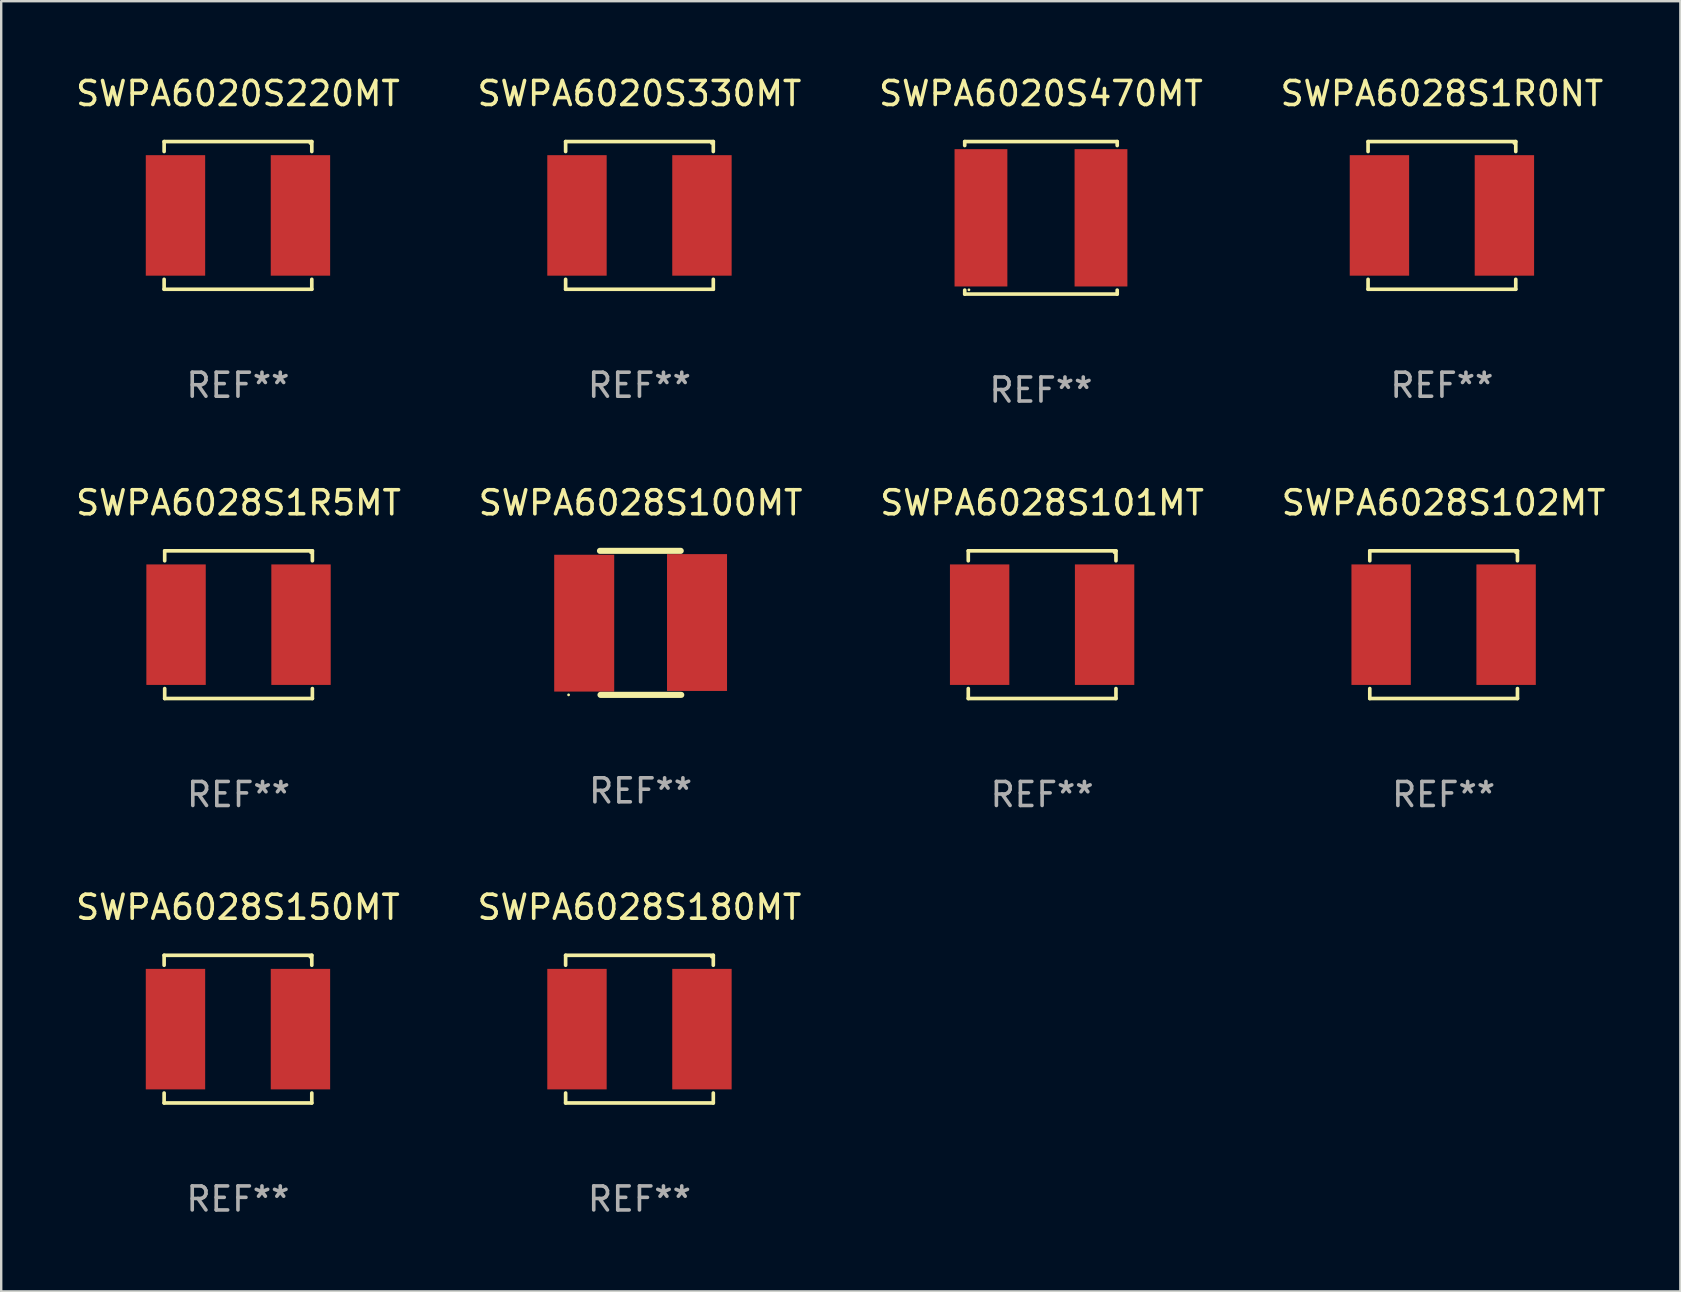
<source format=kicad_pcb>
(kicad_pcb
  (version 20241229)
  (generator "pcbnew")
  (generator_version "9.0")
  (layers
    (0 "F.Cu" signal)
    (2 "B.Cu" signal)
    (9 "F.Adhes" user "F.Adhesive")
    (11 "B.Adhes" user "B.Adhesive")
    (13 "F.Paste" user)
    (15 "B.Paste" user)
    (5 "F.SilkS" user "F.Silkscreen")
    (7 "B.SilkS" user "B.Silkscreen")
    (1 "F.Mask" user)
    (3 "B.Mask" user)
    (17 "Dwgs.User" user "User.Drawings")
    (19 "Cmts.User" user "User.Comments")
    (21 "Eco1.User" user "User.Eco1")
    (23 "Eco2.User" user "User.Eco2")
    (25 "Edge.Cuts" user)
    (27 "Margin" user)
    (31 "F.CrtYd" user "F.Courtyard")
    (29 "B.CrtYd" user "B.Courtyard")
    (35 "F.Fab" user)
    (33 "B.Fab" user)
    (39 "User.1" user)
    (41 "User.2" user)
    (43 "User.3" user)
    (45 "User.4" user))
  (footprint "SWPA6020S330MT"
    (layer "F.Cu")
    (at 23.589 5.924)
    (property "Reference" "SWPA6020S330MT" (at 0 -5.076 0) (layer "F.SilkS") (effects (font (size 1 1) (thickness 0.15))))
    (attr through_hole)
    (fp_line (start -3.076 -3.076) (end 3.076 -3.076) (stroke (width 0.152) (type solid)) (layer "F.SilkS"))
    (fp_line (start -3.076 -2.662) (end -3.076 -3.076) (stroke (width 0.152) (type solid)) (layer "F.SilkS"))
    (fp_line (start -3.076 2.662) (end -3.076 3.076) (stroke (width 0.152) (type solid)) (layer "F.SilkS"))
    (fp_line (start -3.076 3.076) (end 3.076 3.076) (stroke (width 0.152) (type solid)) (layer "F.SilkS"))
    (fp_line (start 3.076 -3.076) (end 3.076 -2.662) (stroke (width 0.152) (type solid)) (layer "F.SilkS"))
    (fp_line (start 3.076 3.076) (end 3.076 2.662) (stroke (width 0.152) (type solid)) (layer "F.SilkS"))
    (fp_circle (center 3 -3) (end 3.03 -3) (stroke (width 0.06) (type solid)) (fill no) (layer "F.SilkS"))
    (fp_text user "REF**" (at 0 7.076 0) (layer "F.Fab") (effects (font (size 1 1) (thickness 0.15))))
    (pad "1" smd rect (at 2.603 0) (size 2.474 5.02) (layers "F.Cu" "F.Mask" "F.Paste"))
    (pad "2" smd rect (at -2.603 0) (size 2.474 5.02) (layers "F.Cu" "F.Mask" "F.Paste")))
  (footprint "SWPA6028S180MT"
    (layer "F.Cu")
    (at 23.589 39.822)
    (property "Reference" "SWPA6028S180MT" (at 0 -5.076 0) (layer "F.SilkS") (effects (font (size 1 1) (thickness 0.15))))
    (attr through_hole)
    (fp_line (start -3.076 -3.076) (end 3.076 -3.076) (stroke (width 0.152) (type solid)) (layer "F.SilkS"))
    (fp_line (start -3.076 -2.662) (end -3.076 -3.076) (stroke (width 0.152) (type solid)) (layer "F.SilkS"))
    (fp_line (start -3.076 2.662) (end -3.076 3.076) (stroke (width 0.152) (type solid)) (layer "F.SilkS"))
    (fp_line (start -3.076 3.076) (end 3.076 3.076) (stroke (width 0.152) (type solid)) (layer "F.SilkS"))
    (fp_line (start 3.076 -3.076) (end 3.076 -2.662) (stroke (width 0.152) (type solid)) (layer "F.SilkS"))
    (fp_line (start 3.076 3.076) (end 3.076 2.662) (stroke (width 0.152) (type solid)) (layer "F.SilkS"))
    (fp_circle (center 3 -3) (end 3.03 -3) (stroke (width 0.06) (type solid)) (fill no) (layer "F.SilkS"))
    (fp_text user "REF**" (at 0 7.076 0) (layer "F.Fab") (effects (font (size 1 1) (thickness 0.15))))
    (pad "1" smd rect (at 2.603 0) (size 2.474 5.02) (layers "F.Cu" "F.Mask" "F.Paste"))
    (pad "2" smd rect (at -2.603 0) (size 2.474 5.02) (layers "F.Cu" "F.Mask" "F.Paste")))
  (footprint "SWPA6028S100MT"
    (layer "F.Cu")
    (at 23.637 22.897)
    (property "Reference" "SWPA6028S100MT" (at 0 -5 0) (layer "F.SilkS") (effects (font (size 1 1) (thickness 0.15))))
    (attr through_hole)
    (fp_line (start -1.693 -3) (end 1.671 -3) (stroke (width 0.254) (type solid)) (layer "F.SilkS"))
    (fp_line (start -1.671 3) (end 1.693 3) (stroke (width 0.254) (type solid)) (layer "F.SilkS"))
    (fp_circle (center -3 3) (end -2.97 3) (stroke (width 0.06) (type solid)) (fill no) (layer "F.SilkS"))
    (fp_text user "REF**" (at 0 7 0) (layer "F.Fab") (effects (font (size 1 1) (thickness 0.15))))
    (pad "1" smd rect (at -2.35 0.013) (size 2.5 5.7) (layers "F.Cu" "F.Mask" "F.Paste"))
    (pad "2" smd rect (at 2.35 -0.013) (size 2.5 5.7) (layers "F.Cu" "F.Mask" "F.Paste")))
  (footprint "SWPA6028S1R0NT"
    (layer "F.Cu")
    (at 57.018 5.924)
    (property "Reference" "SWPA6028S1R0NT" (at 0 -5.076 0) (layer "F.SilkS") (effects (font (size 1 1) (thickness 0.15))))
    (attr through_hole)
    (fp_line (start -3.076 -3.076) (end 3.076 -3.076) (stroke (width 0.152) (type solid)) (layer "F.SilkS"))
    (fp_line (start -3.076 -2.662) (end -3.076 -3.076) (stroke (width 0.152) (type solid)) (layer "F.SilkS"))
    (fp_line (start -3.076 2.662) (end -3.076 3.076) (stroke (width 0.152) (type solid)) (layer "F.SilkS"))
    (fp_line (start -3.076 3.076) (end 3.076 3.076) (stroke (width 0.152) (type solid)) (layer "F.SilkS"))
    (fp_line (start 3.076 -3.076) (end 3.076 -2.662) (stroke (width 0.152) (type solid)) (layer "F.SilkS"))
    (fp_line (start 3.076 3.076) (end 3.076 2.662) (stroke (width 0.152) (type solid)) (layer "F.SilkS"))
    (fp_circle (center 3 -3) (end 3.03 -3) (stroke (width 0.06) (type solid)) (fill no) (layer "F.SilkS"))
    (fp_text user "REF**" (at 0 7.076 0) (layer "F.Fab") (effects (font (size 1 1) (thickness 0.15))))
    (pad "1" smd rect (at 2.603 0) (size 2.474 5.02) (layers "F.Cu" "F.Mask" "F.Paste"))
    (pad "2" smd rect (at -2.603 0) (size 2.474 5.02) (layers "F.Cu" "F.Mask" "F.Paste")))
  (footprint "SWPA6028S101MT"
    (layer "F.Cu")
    (at 40.363 22.973)
    (property "Reference" "SWPA6028S101MT" (at 0 -5.076 0) (layer "F.SilkS") (effects (font (size 1 1) (thickness 0.15))))
    (attr through_hole)
    (fp_line (start -3.076 -3.076) (end 3.076 -3.076) (stroke (width 0.152) (type solid)) (layer "F.SilkS"))
    (fp_line (start -3.076 -2.662) (end -3.076 -3.076) (stroke (width 0.152) (type solid)) (layer "F.SilkS"))
    (fp_line (start -3.076 2.662) (end -3.076 3.076) (stroke (width 0.152) (type solid)) (layer "F.SilkS"))
    (fp_line (start -3.076 3.076) (end 3.076 3.076) (stroke (width 0.152) (type solid)) (layer "F.SilkS"))
    (fp_line (start 3.076 -3.076) (end 3.076 -2.662) (stroke (width 0.152) (type solid)) (layer "F.SilkS"))
    (fp_line (start 3.076 3.076) (end 3.076 2.662) (stroke (width 0.152) (type solid)) (layer "F.SilkS"))
    (fp_circle (center 3 -3) (end 3.03 -3) (stroke (width 0.06) (type solid)) (fill no) (layer "F.SilkS"))
    (fp_text user "REF**" (at 0 7.076 0) (layer "F.Fab") (effects (font (size 1 1) (thickness 0.15))))
    (pad "1" smd rect (at 2.603 0) (size 2.474 5.02) (layers "F.Cu" "F.Mask" "F.Paste"))
    (pad "2" smd rect (at -2.603 0) (size 2.474 5.02) (layers "F.Cu" "F.Mask" "F.Paste")))
  (footprint "SWPA6028S1R5MT"
    (layer "F.Cu")
    (at 6.887 22.973)
    (property "Reference" "SWPA6028S1R5MT" (at 0 -5.076 0) (layer "F.SilkS") (effects (font (size 1 1) (thickness 0.15))))
    (attr through_hole)
    (fp_line (start -3.076 -3.076) (end 3.076 -3.076) (stroke (width 0.152) (type solid)) (layer "F.SilkS"))
    (fp_line (start -3.076 -2.662) (end -3.076 -3.076) (stroke (width 0.152) (type solid)) (layer "F.SilkS"))
    (fp_line (start -3.076 2.662) (end -3.076 3.076) (stroke (width 0.152) (type solid)) (layer "F.SilkS"))
    (fp_line (start -3.076 3.076) (end 3.076 3.076) (stroke (width 0.152) (type solid)) (layer "F.SilkS"))
    (fp_line (start 3.076 -3.076) (end 3.076 -2.662) (stroke (width 0.152) (type solid)) (layer "F.SilkS"))
    (fp_line (start 3.076 3.076) (end 3.076 2.662) (stroke (width 0.152) (type solid)) (layer "F.SilkS"))
    (fp_circle (center 3 -3) (end 3.03 -3) (stroke (width 0.06) (type solid)) (fill no) (layer "F.SilkS"))
    (fp_text user "REF**" (at 0 7.076 0) (layer "F.Fab") (effects (font (size 1 1) (thickness 0.15))))
    (pad "1" smd rect (at 2.603 0) (size 2.474 5.02) (layers "F.Cu" "F.Mask" "F.Paste"))
    (pad "2" smd rect (at -2.603 0) (size 2.474 5.02) (layers "F.Cu" "F.Mask" "F.Paste")))
  (footprint "SWPA6028S150MT"
    (layer "F.Cu")
    (at 6.863 39.822)
    (property "Reference" "SWPA6028S150MT" (at 0 -5.076 0) (layer "F.SilkS") (effects (font (size 1 1) (thickness 0.15))))
    (attr through_hole)
    (fp_line (start -3.076 -3.076) (end 3.076 -3.076) (stroke (width 0.152) (type solid)) (layer "F.SilkS"))
    (fp_line (start -3.076 -2.662) (end -3.076 -3.076) (stroke (width 0.152) (type solid)) (layer "F.SilkS"))
    (fp_line (start -3.076 2.662) (end -3.076 3.076) (stroke (width 0.152) (type solid)) (layer "F.SilkS"))
    (fp_line (start -3.076 3.076) (end 3.076 3.076) (stroke (width 0.152) (type solid)) (layer "F.SilkS"))
    (fp_line (start 3.076 -3.076) (end 3.076 -2.662) (stroke (width 0.152) (type solid)) (layer "F.SilkS"))
    (fp_line (start 3.076 3.076) (end 3.076 2.662) (stroke (width 0.152) (type solid)) (layer "F.SilkS"))
    (fp_circle (center 3 -3) (end 3.03 -3) (stroke (width 0.06) (type solid)) (fill no) (layer "F.SilkS"))
    (fp_text user "REF**" (at 0 7.076 0) (layer "F.Fab") (effects (font (size 1 1) (thickness 0.15))))
    (pad "1" smd rect (at 2.603 0) (size 2.474 5.02) (layers "F.Cu" "F.Mask" "F.Paste"))
    (pad "2" smd rect (at -2.603 0) (size 2.474 5.02) (layers "F.Cu" "F.Mask" "F.Paste")))
  (footprint "SWPA6020S470MT"
    (layer "F.Cu")
    (at 40.315 6.024)
    (property "Reference" "SWPA6020S470MT" (at 0 -5.176 0) (layer "F.SilkS") (effects (font (size 1 1) (thickness 0.15))))
    (attr through_hole)
    (fp_line (start -3.176 -3.176) (end 3.176 -3.176) (stroke (width 0.152) (type solid)) (layer "F.SilkS"))
    (fp_line (start -3.176 -3.012) (end -3.176 -3.176) (stroke (width 0.152) (type solid)) (layer "F.SilkS"))
    (fp_line (start -3.176 3.012) (end -3.176 3.176) (stroke (width 0.152) (type solid)) (layer "F.SilkS"))
    (fp_line (start -3.176 3.176) (end 3.176 3.176) (stroke (width 0.152) (type solid)) (layer "F.SilkS"))
    (fp_line (start 3.176 -3.176) (end 3.176 -3.012) (stroke (width 0.152) (type solid)) (layer "F.SilkS"))
    (fp_line (start 3.176 3.176) (end 3.176 3.012) (stroke (width 0.152) (type solid)) (layer "F.SilkS"))
    (fp_circle (center -3 3) (end -2.97 3) (stroke (width 0.06) (type solid)) (fill no) (layer "F.SilkS"))
    (fp_text user "REF**" (at 0 7.176 0) (layer "F.Fab") (effects (font (size 1 1) (thickness 0.15))))
    (pad "1" smd rect (at -2.5 0) (size 2.2 5.72) (layers "F.Cu" "F.Mask" "F.Paste"))
    (pad "2" smd rect (at 2.5 0) (size 2.2 5.72) (layers "F.Cu" "F.Mask" "F.Paste")))
  (footprint "SWPA6020S220MT"
    (layer "F.Cu")
    (at 6.863 5.924)
    (property "Reference" "SWPA6020S220MT" (at 0 -5.076 0) (layer "F.SilkS") (effects (font (size 1 1) (thickness 0.15))))
    (attr through_hole)
    (fp_line (start -3.076 -3.076) (end 3.076 -3.076) (stroke (width 0.152) (type solid)) (layer "F.SilkS"))
    (fp_line (start -3.076 -2.662) (end -3.076 -3.076) (stroke (width 0.152) (type solid)) (layer "F.SilkS"))
    (fp_line (start -3.076 2.662) (end -3.076 3.076) (stroke (width 0.152) (type solid)) (layer "F.SilkS"))
    (fp_line (start -3.076 3.076) (end 3.076 3.076) (stroke (width 0.152) (type solid)) (layer "F.SilkS"))
    (fp_line (start 3.076 -3.076) (end 3.076 -2.662) (stroke (width 0.152) (type solid)) (layer "F.SilkS"))
    (fp_line (start 3.076 3.076) (end 3.076 2.662) (stroke (width 0.152) (type solid)) (layer "F.SilkS"))
    (fp_circle (center 3 -3) (end 3.03 -3) (stroke (width 0.06) (type solid)) (fill no) (layer "F.SilkS"))
    (fp_text user "REF**" (at 0 7.076 0) (layer "F.Fab") (effects (font (size 1 1) (thickness 0.15))))
    (pad "1" smd rect (at 2.603 0) (size 2.474 5.02) (layers "F.Cu" "F.Mask" "F.Paste"))
    (pad "2" smd rect (at -2.603 0) (size 2.474 5.02) (layers "F.Cu" "F.Mask" "F.Paste")))
  (footprint "SWPA6028S102MT"
    (layer "F.Cu")
    (at 57.089 22.973)
    (property "Reference" "SWPA6028S102MT" (at 0 -5.076 0) (layer "F.SilkS") (effects (font (size 1 1) (thickness 0.15))))
    (attr through_hole)
    (fp_line (start -3.076 -3.076) (end 3.076 -3.076) (stroke (width 0.152) (type solid)) (layer "F.SilkS"))
    (fp_line (start -3.076 -2.662) (end -3.076 -3.076) (stroke (width 0.152) (type solid)) (layer "F.SilkS"))
    (fp_line (start -3.076 2.662) (end -3.076 3.076) (stroke (width 0.152) (type solid)) (layer "F.SilkS"))
    (fp_line (start -3.076 3.076) (end 3.076 3.076) (stroke (width 0.152) (type solid)) (layer "F.SilkS"))
    (fp_line (start 3.076 -3.076) (end 3.076 -2.662) (stroke (width 0.152) (type solid)) (layer "F.SilkS"))
    (fp_line (start 3.076 3.076) (end 3.076 2.662) (stroke (width 0.152) (type solid)) (layer "F.SilkS"))
    (fp_circle (center 3 -3) (end 3.03 -3) (stroke (width 0.06) (type solid)) (fill no) (layer "F.SilkS"))
    (fp_text user "REF**" (at 0 7.076 0) (layer "F.Fab") (effects (font (size 1 1) (thickness 0.15))))
    (pad "1" smd rect (at 2.603 0) (size 2.474 5.02) (layers "F.Cu" "F.Mask" "F.Paste"))
    (pad "2" smd rect (at -2.603 0) (size 2.474 5.02) (layers "F.Cu" "F.Mask" "F.Paste")))
  (gr_rect
    (start -3 -3)
    (end 66.952 50.747)
    (stroke (width 0.1) (type default))
    (fill no)
    (layer "Edge.Cuts")))
</source>
